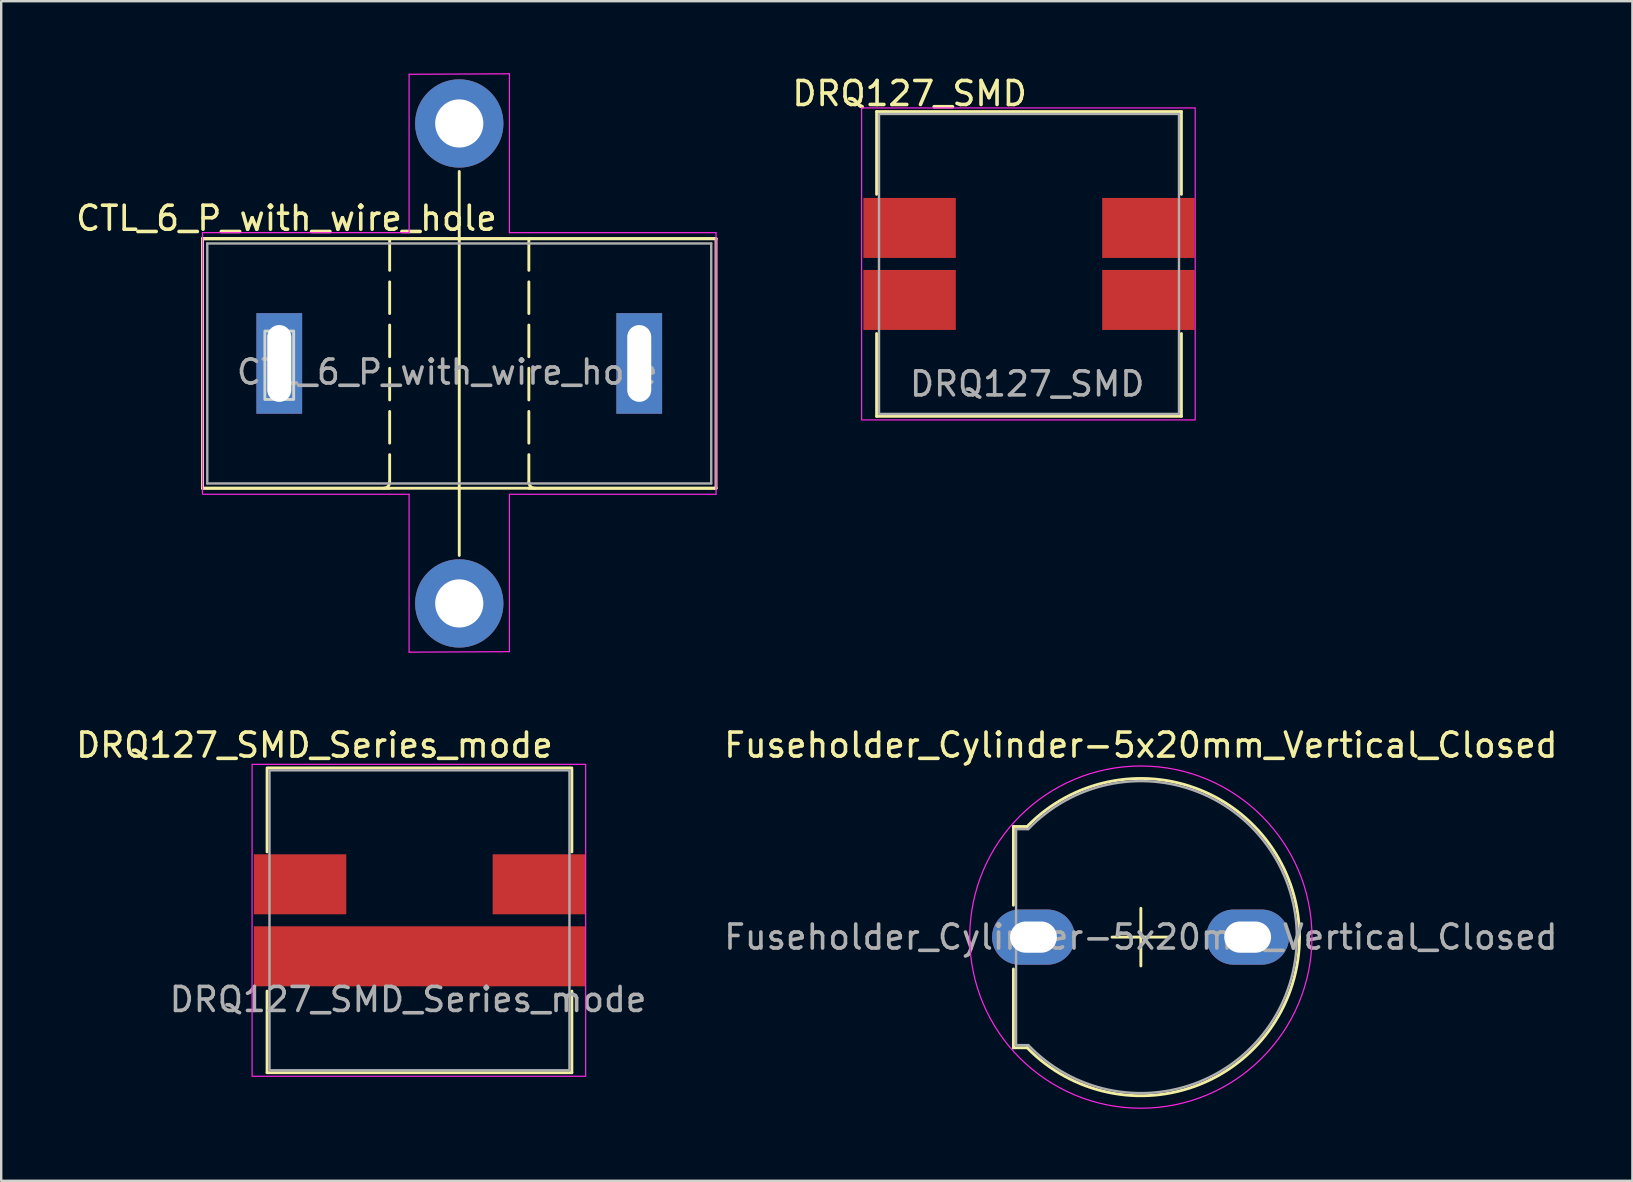
<source format=kicad_pcb>
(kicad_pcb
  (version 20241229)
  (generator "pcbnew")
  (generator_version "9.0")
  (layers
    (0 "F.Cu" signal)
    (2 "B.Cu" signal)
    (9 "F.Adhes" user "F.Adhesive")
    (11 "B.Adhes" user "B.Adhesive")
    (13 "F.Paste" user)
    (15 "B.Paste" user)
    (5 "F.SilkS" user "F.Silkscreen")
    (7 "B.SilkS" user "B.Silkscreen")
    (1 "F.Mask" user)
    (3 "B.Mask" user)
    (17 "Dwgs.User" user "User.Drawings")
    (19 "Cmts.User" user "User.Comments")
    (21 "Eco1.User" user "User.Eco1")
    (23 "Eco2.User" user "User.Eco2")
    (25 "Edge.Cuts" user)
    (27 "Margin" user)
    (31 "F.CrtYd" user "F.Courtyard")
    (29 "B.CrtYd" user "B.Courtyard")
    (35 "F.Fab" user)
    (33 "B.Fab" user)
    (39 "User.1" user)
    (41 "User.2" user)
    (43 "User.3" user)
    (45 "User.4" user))
  (footprint "DRQ127_SMD"
    (layer "F.Cu")
    (at 39.803 7.948)
    (property "Reference" "DRQ127_SMD" (at -4.95 -7.1 0) (unlocked yes) (layer "F.SilkS") (effects (font (size 1 1) (thickness 0.15))))
    (attr smd)
    (fp_line (start -6.325 -6.35) (end -6.325 -2.9) (stroke (width 0.12) (type default)) (layer "F.SilkS"))
    (fp_line (start -6.325 -6.35) (end 6.375 -6.35) (stroke (width 0.12) (type default)) (layer "F.SilkS"))
    (fp_line (start -6.325 2.9) (end -6.325 6.35) (stroke (width 0.12) (type default)) (layer "F.SilkS"))
    (fp_line (start -6.325 6.35) (end 6.375 6.35) (stroke (width 0.12) (type default)) (layer "F.SilkS"))
    (fp_line (start 6.375 -6.35) (end 6.375 -2.9) (stroke (width 0.12) (type default)) (layer "F.SilkS"))
    (fp_line (start 6.375 2.9) (end 6.375 6.35) (stroke (width 0.12) (type default)) (layer "F.SilkS"))
    (fp_rect (start -6.95 -6.5) (end 6.95 6.5) (stroke (width 0.05) (type default)) (fill no) (layer "F.CrtYd"))
    (fp_rect (start -6.225 -6.25) (end 6.275 6.25) (stroke (width 0.1) (type default)) (fill no) (layer "F.Fab"))
    (fp_text user "${REFERENCE}" (at -0.05 5 0) (unlocked yes) (layer "F.Fab") (effects (font (size 1 1) (thickness 0.15))))
    (pad "1" smd rect (at -4.95 -1.5) (size 3.85 2.5) (layers "F.Cu" "F.Mask" "F.Paste"))
    (pad "2" smd rect (at -4.95 1.5) (size 3.85 2.5) (layers "F.Cu" "F.Mask" "F.Paste"))
    (pad "3" smd rect (at 5 -1.5) (size 3.85 2.5) (layers "F.Cu" "F.Mask" "F.Paste"))
    (pad "4" smd rect (at 5 1.5) (size 3.85 2.5) (layers "F.Cu" "F.Mask" "F.Paste")))
  (footprint "Fuseholder_Cylinder-5x20mm_Vertical_Closed"
    (layer "F.Cu")
    (at 40.014 35.999)
    (property "Reference" "Fuseholder_Cylinder-5x20mm_Vertical_Closed" (at 4.475 -8 0) (layer "F.SilkS") (effects (font (size 1 1) (thickness 0.15))))
    (attr through_hole)
    (fp_line (start -0.835 -4.61) (end -0.835 -1.33) (stroke (width 0.12) (type solid)) (layer "F.SilkS"))
    (fp_line (start -0.835 1.33) (end -0.835 4.61) (stroke (width 0.12) (type solid)) (layer "F.SilkS"))
    (fp_line (start -0.265 -4.61) (end -0.835 -4.61) (stroke (width 0.12) (type solid)) (layer "F.SilkS"))
    (fp_line (start -0.265 4.61) (end -0.835 4.61) (stroke (width 0.12) (type solid)) (layer "F.SilkS"))
    (fp_line (start 4.475 -1.2) (end 4.475 1.2) (stroke (width 0.12) (type default)) (layer "F.SilkS"))
    (fp_line (start 5.675 0) (end 3.275 0) (stroke (width 0.12) (type default)) (layer "F.SilkS"))
    (fp_arc (start -0.263779 -4.608261) (mid 6.961842 -6.124354) (end 11.085 0) (stroke (width 0.12) (type solid)) (layer "F.SilkS"))
    (fp_arc (start 11.085 0) (mid 6.961842 6.124354) (end -0.263779 4.608261) (stroke (width 0.12) (type solid)) (layer "F.SilkS"))
    (fp_circle (center 4.475 0) (end 11.605 0) (stroke (width 0.05) (type solid)) (fill no) (layer "F.CrtYd"))
    (fp_line (start -0.725 -4.5) (end -0.725 4.5) (stroke (width 0.1) (type solid)) (layer "F.Fab"))
    (fp_line (start -0.225 -4.5) (end -0.725 -4.5) (stroke (width 0.1) (type solid)) (layer "F.Fab"))
    (fp_line (start -0.225 4.5) (end -0.725 4.5) (stroke (width 0.1) (type solid)) (layer "F.Fab"))
    (fp_arc (start -0.216441 -4.498931) (mid 6.899421 -6.030935) (end 10.975 0) (stroke (width 0.1) (type solid)) (layer "F.Fab"))
    (fp_arc (start 10.975 0) (mid 6.899421 6.030936) (end -0.216441 4.498931) (stroke (width 0.1) (type solid)) (layer "F.Fab"))
    (fp_text user "${REFERENCE}" (at 4.475 0 0) (layer "F.Fab") (effects (font (size 1 1) (thickness 0.15))))
    (pad "1" thru_hole oval (at 0 0) (size 3.45 2.3) (drill oval 1.95 1.3) (layers "*.Cu" "*.Mask"))
    (pad "2" thru_hole oval (at 8.925 0) (size 3.45 2.3) (drill oval 1.95 1.3) (layers "*.Cu" "*.Mask")))
  (footprint "CTL_6_P_with_wire_hole"
    (layer "F.Cu")
    (at 8.587 12.095)
    (property "Reference" "CTL_6_P_with_wire_hole" (at 0.3 -6.05 0) (unlocked yes) (layer "F.SilkS") (effects (font (size 1 1) (thickness 0.15))))
    (attr through_hole)
    (fp_line (start -3.2 -5.2) (end -3.2 5.2) (stroke (width 0.12) (type default)) (layer "F.SilkS"))
    (fp_line (start -3.2 -5.2) (end 18.2 -5.2) (stroke (width 0.12) (type default)) (layer "F.SilkS"))
    (fp_line (start 4.6 -5.2) (end -3.2 -5.2) (stroke (width 0.12) (type default)) (layer "F.SilkS"))
    (fp_line (start 4.6 -5.2) (end 4.6 4.95) (stroke (width 0.12) (type dash)) (layer "F.SilkS"))
    (fp_line (start 4.6 5.2) (end -3.2 5.2) (stroke (width 0.12) (type default)) (layer "F.SilkS"))
    (fp_line (start 7.5 8) (end 7.5 -8) (stroke (width 0.12) (type default)) (layer "F.SilkS"))
    (fp_line (start 10.4 -5.2) (end 10.4 4.95) (stroke (width 0.12) (type dash)) (layer "F.SilkS"))
    (fp_line (start 18.2 -5.2) (end -3.2 -5.2) (stroke (width 0.12) (type default)) (layer "F.SilkS"))
    (fp_line (start 18.2 -5.2) (end 18.2 5.2) (stroke (width 0.12) (type default)) (layer "F.SilkS"))
    (fp_line (start 18.2 5.2) (end -3.2 5.2) (stroke (width 0.12) (type default)) (layer "F.SilkS"))
    (fp_line (start 18.2 5.2) (end 10.4 5.2) (stroke (width 0.12) (type default)) (layer "F.SilkS"))
    (fp_arc (start 4.6 4.95) (mid 4.526777 5.126777) (end 4.35 5.2) (stroke (width 0.12) (type default)) (layer "F.SilkS"))
    (fp_arc (start 10.65 5.2) (mid 10.473213 5.126779) (end 10.4 4.95) (stroke (width 0.12) (type default)) (layer "F.SilkS"))
    (fp_rect (start -0.6 -1.35) (end 0.6 1.5) (stroke (width 0.12) (type default)) (fill no) (layer "Edge.Cuts"))
    (fp_line (start -3.2 -5.45) (end -3.2 5.45) (stroke (width 0.05) (type default)) (layer "F.CrtYd"))
    (fp_line (start 5.41 -12.05) (end 5.41 -5.45) (stroke (width 0.05) (type default)) (layer "F.CrtYd"))
    (fp_line (start 5.41 -5.45) (end -3.2 -5.45) (stroke (width 0.05) (type default)) (layer "F.CrtYd"))
    (fp_line (start 5.41 5.45) (end -3.16 5.45) (stroke (width 0.05) (type default)) (layer "F.CrtYd"))
    (fp_line (start 5.41 5.45) (end 5.41 12.03) (stroke (width 0.05) (type default)) (layer "F.CrtYd"))
    (fp_line (start 9.59 -12.07) (end 5.41 -12.05) (stroke (width 0.05) (type default)) (layer "F.CrtYd"))
    (fp_line (start 9.59 -12.07) (end 9.59 -5.45) (stroke (width 0.05) (type default)) (layer "F.CrtYd"))
    (fp_line (start 9.59 5.45) (end 9.59 12.01) (stroke (width 0.05) (type default)) (layer "F.CrtYd"))
    (fp_line (start 9.59 12.01) (end 5.41 12.03) (stroke (width 0.05) (type default)) (layer "F.CrtYd"))
    (fp_line (start 18.2 -5.45) (end 9.59 -5.45) (stroke (width 0.05) (type default)) (layer "F.CrtYd"))
    (fp_line (start 18.2 -5.45) (end 18.2 5.45) (stroke (width 0.05) (type default)) (layer "F.CrtYd"))
    (fp_line (start 18.2 5.45) (end 9.63 5.45) (stroke (width 0.05) (type default)) (layer "F.CrtYd"))
    (fp_line (start -3 -5) (end -3 5) (stroke (width 0.1) (type default)) (layer "F.Fab"))
    (fp_line (start -3 -5) (end 18 -5) (stroke (width 0.1) (type default)) (layer "F.Fab"))
    (fp_line (start -3 5) (end 18 5) (stroke (width 0.1) (type default)) (layer "F.Fab"))
    (fp_line (start 18 -5) (end 18 5) (stroke (width 0.1) (type default)) (layer "F.Fab"))
    (fp_text user "${REFERENCE}" (at 7 0.36 0) (unlocked yes) (layer "F.Fab") (effects (font (size 1 1) (thickness 0.15))))
    (pad "1" thru_hole circle (at 7.5 -10) (size 3.68 3.68) (drill 2.007) (layers "*.Cu" "*.Mask"))
    (pad "2" thru_hole circle (at 7.5 10) (size 3.68 3.68) (drill 2.007) (layers "*.Cu" "*.Mask"))
    (pad "3" thru_hole rect (at 0 0) (size 1.905 4.192) (drill oval 1 3.2) (layers "*.Cu" "*.Mask"))
    (pad "4" thru_hole rect (at 15 0) (size 1.905 4.192) (drill oval 1 3.2) (layers "*.Cu" "*.Mask")))
  (footprint "DRQ127_SMD_Series_mode"
    (layer "F.Cu")
    (at 9.454 33.799)
    (property "Reference" "DRQ127_SMD_Series_mode" (at 0.6 -5.8 0) (unlocked yes) (layer "F.SilkS") (effects (font (size 1 1) (thickness 0.15))))
    (attr smd)
    (fp_line (start -1.375 -4.85) (end 11.325 -4.85) (stroke (width 0.12) (type default)) (layer "F.SilkS"))
    (fp_line (start -1.375 -4.8) (end -1.375 -1.35) (stroke (width 0.12) (type default)) (layer "F.SilkS"))
    (fp_line (start -1.375 4.45) (end -1.375 7.85) (stroke (width 0.12) (type default)) (layer "F.SilkS"))
    (fp_line (start -1.375 7.85) (end 11.325 7.85) (stroke (width 0.12) (type default)) (layer "F.SilkS"))
    (fp_line (start 11.325 -4.8) (end 11.325 -1.35) (stroke (width 0.12) (type default)) (layer "F.SilkS"))
    (fp_line (start 11.325 4.45) (end 11.325 7.85) (stroke (width 0.12) (type default)) (layer "F.SilkS"))
    (fp_rect (start -2 -5) (end 11.9 8) (stroke (width 0.05) (type default)) (fill no) (layer "F.CrtYd"))
    (fp_rect (start -1.275 -4.75) (end 11.225 7.75) (stroke (width 0.1) (type default)) (fill no) (layer "F.Fab"))
    (fp_text user "${REFERENCE}" (at 4.5 4.8 0) (unlocked yes) (layer "F.Fab") (effects (font (size 1 1) (thickness 0.15))))
    (pad "1" smd rect (at 0 0 90) (size 2.5 3.85) (layers "F.Cu" "F.Mask" "F.Paste"))
    (pad "2" smd rect (at 4.975 3 90) (size 2.5 13.8) (layers "F.Cu" "F.Mask" "F.Paste"))
    (pad "4" smd rect (at 9.95 0 90) (size 2.5 3.85) (layers "F.Cu" "F.Mask" "F.Paste")))
  (gr_rect
    (start -3 -3)
    (end 64.971 46.154)
    (stroke (width 0.1) (type default))
    (fill no)
    (layer "Edge.Cuts")))
</source>
